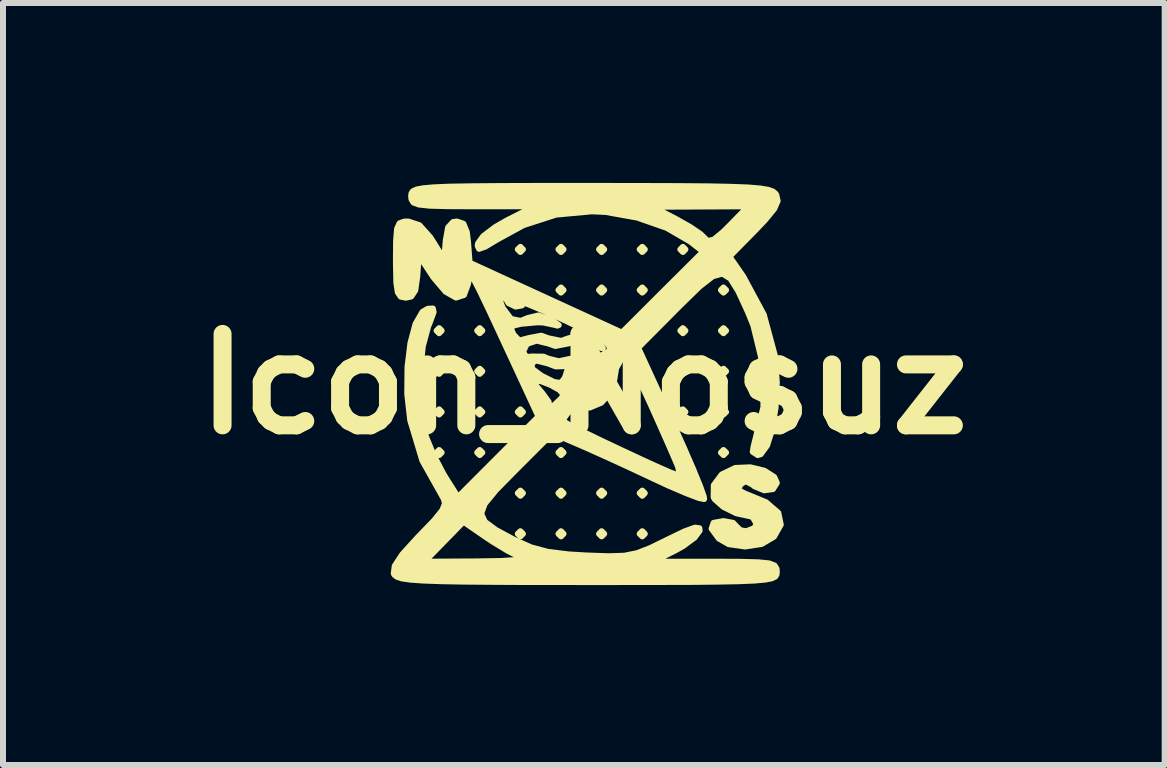
<source format=kicad_pcb>
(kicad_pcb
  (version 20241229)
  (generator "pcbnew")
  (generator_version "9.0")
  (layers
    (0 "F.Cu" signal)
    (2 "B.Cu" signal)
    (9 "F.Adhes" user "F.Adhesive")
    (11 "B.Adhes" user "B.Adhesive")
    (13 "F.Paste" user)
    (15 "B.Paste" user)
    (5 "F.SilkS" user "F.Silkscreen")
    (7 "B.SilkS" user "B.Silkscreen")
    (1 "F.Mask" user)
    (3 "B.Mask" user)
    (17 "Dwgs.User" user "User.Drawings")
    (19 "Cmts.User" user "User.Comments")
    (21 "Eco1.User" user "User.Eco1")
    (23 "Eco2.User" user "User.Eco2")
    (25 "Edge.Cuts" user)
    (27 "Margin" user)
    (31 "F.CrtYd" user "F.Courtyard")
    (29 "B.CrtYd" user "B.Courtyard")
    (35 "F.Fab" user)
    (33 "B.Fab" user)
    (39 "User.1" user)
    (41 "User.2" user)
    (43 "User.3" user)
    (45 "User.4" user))
  (footprint "Icon_Nosuz"
    (layer "F.Cu")
    (at 6.684 3.352)
    (property "Reference" "Icon_Nosuz" (at 0 0 0) (layer "F.SilkS") (effects (font (size 1.524 1.524) (thickness 0.3))))
    (attr through_hole)
    (fp_poly (pts (xy -2.371 -0.889) (xy -2.413 -0.847) (xy -2.455 -0.889) (xy -2.413 -0.931) (xy -2.371 -0.889)) (stroke (width 0.1) (type solid)) (fill yes) (layer "F.SilkS"))
    (fp_poly (pts (xy -2.371 -0.212) (xy -2.413 -0.169) (xy -2.455 -0.212) (xy -2.413 -0.254) (xy -2.371 -0.212)) (stroke (width 0.1) (type solid)) (fill yes) (layer "F.SilkS"))
    (fp_poly (pts (xy -2.371 0.466) (xy -2.413 0.508) (xy -2.455 0.466) (xy -2.413 0.423) (xy -2.371 0.466)) (stroke (width 0.1) (type solid)) (fill yes) (layer "F.SilkS"))
    (fp_poly (pts (xy -2.371 1.143) (xy -2.413 1.185) (xy -2.455 1.143) (xy -2.413 1.101) (xy -2.371 1.143)) (stroke (width 0.1) (type solid)) (fill yes) (layer "F.SilkS"))
    (fp_poly (pts (xy -1.693 -0.889) (xy -1.736 -0.847) (xy -1.778 -0.889) (xy -1.736 -0.931) (xy -1.693 -0.889)) (stroke (width 0.1) (type solid)) (fill yes) (layer "F.SilkS"))
    (fp_poly (pts (xy -1.693 -0.212) (xy -1.736 -0.169) (xy -1.778 -0.212) (xy -1.736 -0.254) (xy -1.693 -0.212)) (stroke (width 0.1) (type solid)) (fill yes) (layer "F.SilkS"))
    (fp_poly (pts (xy -1.693 0.466) (xy -1.736 0.508) (xy -1.778 0.466) (xy -1.736 0.423) (xy -1.693 0.466)) (stroke (width 0.1) (type solid)) (fill yes) (layer "F.SilkS"))
    (fp_poly (pts (xy -1.693 1.143) (xy -1.736 1.185) (xy -1.778 1.143) (xy -1.736 1.101) (xy -1.693 1.143)) (stroke (width 0.1) (type solid)) (fill yes) (layer "F.SilkS"))
    (fp_poly (pts (xy -1.016 -2.244) (xy -1.058 -2.201) (xy -1.101 -2.244) (xy -1.058 -2.286) (xy -1.016 -2.244)) (stroke (width 0.1) (type solid)) (fill yes) (layer "F.SilkS"))
    (fp_poly (pts (xy -1.016 0.466) (xy -1.058 0.508) (xy -1.101 0.466) (xy -1.058 0.423) (xy -1.016 0.466)) (stroke (width 0.1) (type solid)) (fill yes) (layer "F.SilkS"))
    (fp_poly (pts (xy -1.016 1.82) (xy -1.058 1.863) (xy -1.101 1.82) (xy -1.058 1.778) (xy -1.016 1.82)) (stroke (width 0.1) (type solid)) (fill yes) (layer "F.SilkS"))
    (fp_poly (pts (xy -1.016 2.498) (xy -1.058 2.54) (xy -1.101 2.498) (xy -1.058 2.455) (xy -1.016 2.498)) (stroke (width 0.1) (type solid)) (fill yes) (layer "F.SilkS"))
    (fp_poly (pts (xy -0.339 -2.244) (xy -0.381 -2.201) (xy -0.423 -2.244) (xy -0.381 -2.286) (xy -0.339 -2.244)) (stroke (width 0.1) (type solid)) (fill yes) (layer "F.SilkS"))
    (fp_poly (pts (xy -0.339 -1.566) (xy -0.381 -1.524) (xy -0.423 -1.566) (xy -0.381 -1.609) (xy -0.339 -1.566)) (stroke (width 0.1) (type solid)) (fill yes) (layer "F.SilkS"))
    (fp_poly (pts (xy -0.339 1.143) (xy -0.381 1.185) (xy -0.423 1.143) (xy -0.381 1.101) (xy -0.339 1.143)) (stroke (width 0.1) (type solid)) (fill yes) (layer "F.SilkS"))
    (fp_poly (pts (xy -0.339 1.82) (xy -0.381 1.863) (xy -0.423 1.82) (xy -0.381 1.778) (xy -0.339 1.82)) (stroke (width 0.1) (type solid)) (fill yes) (layer "F.SilkS"))
    (fp_poly (pts (xy -0.339 2.498) (xy -0.381 2.54) (xy -0.423 2.498) (xy -0.381 2.455) (xy -0.339 2.498)) (stroke (width 0.1) (type solid)) (fill yes) (layer "F.SilkS"))
    (fp_poly (pts (xy 0.339 -2.244) (xy 0.296 -2.201) (xy 0.254 -2.244) (xy 0.296 -2.286) (xy 0.339 -2.244)) (stroke (width 0.1) (type solid)) (fill yes) (layer "F.SilkS"))
    (fp_poly (pts (xy 0.339 -1.566) (xy 0.296 -1.524) (xy 0.254 -1.566) (xy 0.296 -1.609) (xy 0.339 -1.566)) (stroke (width 0.1) (type solid)) (fill yes) (layer "F.SilkS"))
    (fp_poly (pts (xy 0.339 1.82) (xy 0.296 1.863) (xy 0.254 1.82) (xy 0.296 1.778) (xy 0.339 1.82)) (stroke (width 0.1) (type solid)) (fill yes) (layer "F.SilkS"))
    (fp_poly (pts (xy 0.339 2.498) (xy 0.296 2.54) (xy 0.254 2.498) (xy 0.296 2.455) (xy 0.339 2.498)) (stroke (width 0.1) (type solid)) (fill yes) (layer "F.SilkS"))
    (fp_poly (pts (xy 1.016 -2.244) (xy 0.974 -2.201) (xy 0.931 -2.244) (xy 0.974 -2.286) (xy 1.016 -2.244)) (stroke (width 0.1) (type solid)) (fill yes) (layer "F.SilkS"))
    (fp_poly (pts (xy 1.016 -1.566) (xy 0.974 -1.524) (xy 0.931 -1.566) (xy 0.974 -1.609) (xy 1.016 -1.566)) (stroke (width 0.1) (type solid)) (fill yes) (layer "F.SilkS"))
    (fp_poly (pts (xy 1.016 1.82) (xy 0.974 1.863) (xy 0.931 1.82) (xy 0.974 1.778) (xy 1.016 1.82)) (stroke (width 0.1) (type solid)) (fill yes) (layer "F.SilkS"))
    (fp_poly (pts (xy 1.016 2.498) (xy 0.974 2.54) (xy 0.931 2.498) (xy 0.974 2.455) (xy 1.016 2.498)) (stroke (width 0.1) (type solid)) (fill yes) (layer "F.SilkS"))
    (fp_poly (pts (xy 1.693 -2.244) (xy 1.651 -2.201) (xy 1.609 -2.244) (xy 1.651 -2.286) (xy 1.693 -2.244)) (stroke (width 0.1) (type solid)) (fill yes) (layer "F.SilkS"))
    (fp_poly (pts (xy 1.693 -0.889) (xy 1.651 -0.847) (xy 1.609 -0.889) (xy 1.651 -0.931) (xy 1.693 -0.889)) (stroke (width 0.1) (type solid)) (fill yes) (layer "F.SilkS"))
    (fp_poly (pts (xy 1.693 -0.212) (xy 1.651 -0.169) (xy 1.609 -0.212) (xy 1.651 -0.254) (xy 1.693 -0.212)) (stroke (width 0.1) (type solid)) (fill yes) (layer "F.SilkS"))
    (fp_poly (pts (xy 1.693 0.466) (xy 1.651 0.508) (xy 1.609 0.466) (xy 1.651 0.423) (xy 1.693 0.466)) (stroke (width 0.1) (type solid)) (fill yes) (layer "F.SilkS"))
    (fp_poly (pts (xy 2.371 -1.566) (xy 2.328 -1.524) (xy 2.286 -1.566) (xy 2.328 -1.609) (xy 2.371 -1.566)) (stroke (width 0.1) (type solid)) (fill yes) (layer "F.SilkS"))
    (fp_poly (pts (xy 2.371 -0.889) (xy 2.328 -0.847) (xy 2.286 -0.889) (xy 2.328 -0.931) (xy 2.371 -0.889)) (stroke (width 0.1) (type solid)) (fill yes) (layer "F.SilkS"))
    (fp_poly (pts (xy 2.371 -0.212) (xy 2.328 -0.169) (xy 2.286 -0.212) (xy 2.328 -0.254) (xy 2.371 -0.212)) (stroke (width 0.1) (type solid)) (fill yes) (layer "F.SilkS"))
    (fp_poly (pts (xy 2.371 0.466) (xy 2.328 0.508) (xy 2.286 0.466) (xy 2.328 0.423) (xy 2.371 0.466)) (stroke (width 0.1) (type solid)) (fill yes) (layer "F.SilkS"))
    (fp_poly (pts (xy 2.371 1.143) (xy 2.328 1.185) (xy 2.286 1.143) (xy 2.328 1.101) (xy 2.371 1.143)) (stroke (width 0.1) (type solid)) (fill yes) (layer "F.SilkS"))
    (fp_poly (pts (xy 3.283 2.345) (xy 3.169 2.546) (xy 2.964 2.667) (xy 2.687 2.709) (xy 2.415 2.67) (xy 2.25 2.576) (xy 2.13 2.412) (xy 2.164 2.315) (xy 2.328 2.286) (xy 2.487 2.315) (xy 2.54 2.371) (xy 2.611 2.439) (xy 2.709 2.455) (xy 2.847 2.402) (xy 2.879 2.328) (xy 2.813 2.216) (xy 2.756 2.201) (xy 2.544 2.156) (xy 2.326 2.048) (xy 2.18 1.918) (xy 2.164 1.887) (xy 2.167 1.687) (xy 2.3 1.508) (xy 2.525 1.4) (xy 2.775 1.389) (xy 3.01 1.446) (xy 3.174 1.551) (xy 3.217 1.649) (xy 3.153 1.752) (xy 3.007 1.772) (xy 2.844 1.705) (xy 2.811 1.676) (xy 2.694 1.619) (xy 2.611 1.674) (xy 2.568 1.763) (xy 2.674 1.822) (xy 3.038 1.972) (xy 3.242 2.148) (xy 3.283 2.345)) (stroke (width 0.1) (type solid)) (fill yes) (layer "F.SilkS"))
    (fp_poly (pts (xy 3.231 -3.052) (xy 3.175 -2.923) (xy 3.021 -2.734) (xy 2.86 -2.565) (xy 2.743 -2.446) (xy 2.743 -2.963) (xy 1.943 -2.959) (xy 1.143 -2.955) (xy 1.539 -2.749) (xy 1.774 -2.616) (xy 1.942 -2.502) (xy 1.989 -2.457) (xy 2.064 -2.384) (xy 2.166 -2.406) (xy 2.325 -2.537) (xy 2.455 -2.667) (xy 2.743 -2.963) (xy 2.743 -2.446) (xy 2.427 -2.125) (xy 2.657 -1.793) (xy 3 -1.156) (xy 3.185 -0.472) (xy 3.217 -0.03) (xy 3.196 0.396) (xy 3.139 0.758) (xy 3.054 1.026) (xy 2.949 1.17) (xy 2.899 1.185) (xy 2.816 1.131) (xy 2.83 1.044) (xy 2.994 0.386) (xy 2.993 -0.292) (xy 2.826 -0.977) (xy 2.735 -1.202) (xy 2.576 -1.546) (xy 2.444 -1.758) (xy 2.311 -1.841) (xy 2.15 -1.797) (xy 1.931 -1.627) (xy 1.628 -1.332) (xy 1.57 -1.274) (xy 0.905 -0.605) (xy 1.475 0.636) (xy 1.665 1.057) (xy 1.823 1.421) (xy 1.938 1.703) (xy 1.999 1.876) (xy 2.005 1.918) (xy 1.917 1.9) (xy 1.711 1.822) (xy 1.589 1.77) (xy 1.589 1.459) (xy 1.57 1.376) (xy 1.513 1.241) (xy 1.404 0.99) (xy 1.258 0.661) (xy 1.124 0.361) (xy 0.946 -0.023) (xy 0.818 -0.269) (xy 0.724 -0.398) (xy 0.654 -0.429) (xy 0.621 -0.412) (xy 0.538 -0.263) (xy 0.508 -0.076) (xy 0.445 0.14) (xy 0.439 0.147) (xy 0.439 -0.61) (xy 0.379 -0.688) (xy 0.218 -0.793) (xy -0.065 -0.94) (xy -0.302 -1.055) (xy -0.641 -1.21) (xy -0.92 -1.327) (xy -1.107 -1.393) (xy -1.168 -1.4) (xy -1.146 -1.359) (xy -1.101 -1.355) (xy -1.024 -1.33) (xy -1.032 -1.31) (xy -1.137 -1.291) (xy -1.255 -1.348) (xy -1.307 -1.437) (xy -1.299 -1.461) (xy -1.298 -1.51) (xy -1.342 -1.49) (xy -1.396 -1.383) (xy -1.354 -1.27) (xy -1.214 -1.084) (xy -1.053 -1.052) (xy -0.933 -1.1) (xy -0.758 -1.143) (xy -0.555 -1.07) (xy -0.529 -1.056) (xy -0.419 -0.982) (xy -0.442 -0.973) (xy -0.466 -0.981) (xy -0.679 -1.026) (xy -0.783 -1.028) (xy -1.051 -1.003) (xy -1.184 -0.972) (xy -1.214 -0.919) (xy -1.175 -0.827) (xy -1.078 -0.724) (xy -0.933 -0.761) (xy -0.928 -0.764) (xy -0.71 -0.805) (xy -0.593 -0.762) (xy -0.376 -0.718) (xy -0.254 -0.762) (xy -0.072 -0.805) (xy 0.145 -0.727) (xy 0.148 -0.726) (xy 0.288 -0.639) (xy 0.317 -0.597) (xy 0.312 -0.596) (xy 0.188 -0.63) (xy 0.079 -0.68) (xy -0.14 -0.72) (xy -0.254 -0.677) (xy -0.476 -0.634) (xy -0.587 -0.674) (xy -0.787 -0.723) (xy -0.95 -0.669) (xy -1.016 -0.536) (xy -0.958 -0.449) (xy -0.868 -0.458) (xy -0.673 -0.456) (xy -0.593 -0.422) (xy -0.417 -0.379) (xy -0.339 -0.396) (xy -0.166 -0.432) (xy 0.054 -0.438) (xy 0.272 -0.464) (xy 0.418 -0.544) (xy 0.439 -0.61) (xy 0.439 0.147) (xy 0.29 0.312) (xy 0.096 0.393) (xy -0.017 0.379) (xy -0.138 0.393) (xy -0.258 0.472) (xy -0.258 -0.291) (xy -0.293 -0.32) (xy -0.337 -0.297) (xy -0.468 -0.293) (xy -0.6 -0.343) (xy -0.792 -0.392) (xy -0.865 -0.354) (xy -0.868 -0.257) (xy -0.708 -0.138) (xy -0.499 -0.034) (xy -0.387 -0.016) (xy -0.326 -0.086) (xy -0.305 -0.134) (xy -0.258 -0.291) (xy -0.258 0.472) (xy -0.265 0.477) (xy -0.338 0.58) (xy -0.327 0.633) (xy -0.235 0.686) (xy -0.026 0.791) (xy 0.261 0.931) (xy 0.589 1.086) (xy 0.92 1.241) (xy 1.215 1.376) (xy 1.438 1.474) (xy 1.551 1.517) (xy 1.554 1.517) (xy 1.589 1.459) (xy 1.589 1.77) (xy 1.419 1.697) (xy 1.173 1.583) (xy 0.779 1.398) (xy 0.385 1.217) (xy 0.053 1.068) (xy -0.071 1.014) (xy -0.339 0.899) (xy -0.339 0.173) (xy -0.406 0.098) (xy -0.559 0.013) (xy -0.723 -0.05) (xy -0.822 -0.053) (xy -0.822 -0.053) (xy -0.798 0.027) (xy -0.691 0.155) (xy -0.587 0.298) (xy -0.579 0.392) (xy -0.569 0.404) (xy -0.487 0.347) (xy -0.368 0.232) (xy -0.339 0.173) (xy -0.339 0.899) (xy -0.522 0.82) (xy -1.165 1.463) (xy -1.47 1.774) (xy -1.653 1.998) (xy -1.713 2.163) (xy -1.65 2.298) (xy -1.464 2.435) (xy -1.155 2.601) (xy -1.148 2.604) (xy -0.88 2.724) (xy -0.6 2.799) (xy -0.249 2.842) (xy 0.042 2.859) (xy 0.415 2.872) (xy 0.678 2.863) (xy 0.891 2.82) (xy 1.115 2.732) (xy 1.38 2.602) (xy 1.678 2.458) (xy 1.853 2.395) (xy 1.926 2.405) (xy 1.93 2.446) (xy 1.845 2.561) (xy 1.655 2.701) (xy 1.527 2.773) (xy 1.149 2.963) (xy 2.183 2.963) (xy 2.617 2.965) (xy 2.908 2.973) (xy 3.087 2.991) (xy 3.179 3.026) (xy 3.213 3.08) (xy 3.217 3.133) (xy 3.213 3.176) (xy 3.19 3.212) (xy 3.131 3.24) (xy 3.022 3.261) (xy 2.845 3.277) (xy 2.586 3.288) (xy 2.227 3.295) (xy 1.754 3.3) (xy 1.149 3.301) (xy 0.398 3.302) (xy 0.051 3.302) (xy -0.768 3.301) (xy -1.043 3.301) (xy -1.043 2.908) (xy -1.084 2.874) (xy -1.268 2.781) (xy -1.515 2.631) (xy -1.643 2.546) (xy -2.007 2.295) (xy -2.333 2.629) (xy -2.659 2.963) (xy -1.774 2.958) (xy -1.374 2.951) (xy -1.133 2.935) (xy -1.043 2.908) (xy -1.043 3.301) (xy -1.435 3.299) (xy -1.964 3.295) (xy -2.372 3.288) (xy -2.675 3.277) (xy -2.889 3.262) (xy -3.03 3.242) (xy -3.113 3.215) (xy -3.156 3.183) (xy -3.169 3.16) (xy -3.153 3.034) (xy -3.025 2.839) (xy -2.772 2.561) (xy -2.735 2.523) (xy -2.494 2.273) (xy -2.36 2.106) (xy -2.314 1.994) (xy -2.338 1.905) (xy -2.353 1.882) (xy -2.692 1.278) (xy -2.895 0.603) (xy -2.944 0.169) (xy -2.94 -0.284) (xy -2.891 -0.684) (xy -2.806 -1.001) (xy -2.691 -1.201) (xy -2.602 -1.254) (xy -2.517 -1.258) (xy -2.505 -1.199) (xy -2.564 -1.036) (xy -2.596 -0.958) (xy -2.685 -0.628) (xy -2.73 -0.2) (xy -2.729 0.257) (xy -2.682 0.676) (xy -2.628 0.889) (xy -2.505 1.187) (xy -2.343 1.497) (xy -2.307 1.557) (xy -2.099 1.887) (xy -1.428 1.215) (xy -0.756 0.543) (xy -1.147 -0.3) (xy -1.398 -0.84) (xy -1.439 -0.929) (xy -1.439 -1.566) (xy -1.482 -1.609) (xy -1.524 -1.566) (xy -1.482 -1.524) (xy -1.439 -1.566) (xy -1.439 -0.929) (xy -1.586 -1.243) (xy -1.721 -1.526) (xy -1.812 -1.705) (xy -1.869 -1.796) (xy -1.9 -1.816) (xy -1.916 -1.781) (xy -1.926 -1.708) (xy -1.93 -1.672) (xy -1.999 -1.484) (xy -2.131 -1.441) (xy -2.305 -1.539) (xy -2.504 -1.774) (xy -2.518 -1.794) (xy -2.752 -2.149) (xy -2.778 -1.794) (xy -2.81 -1.563) (xy -2.878 -1.459) (xy -2.968 -1.439) (xy -3.052 -1.456) (xy -3.102 -1.528) (xy -3.126 -1.69) (xy -3.132 -1.978) (xy -3.133 -2.074) (xy -3.13 -2.397) (xy -3.114 -2.587) (xy -3.073 -2.678) (xy -2.996 -2.707) (xy -2.928 -2.709) (xy -2.741 -2.647) (xy -2.56 -2.445) (xy -2.526 -2.392) (xy -2.328 -2.074) (xy -2.302 -2.392) (xy -2.263 -2.61) (xy -2.18 -2.7) (xy -2.116 -2.709) (xy -2.008 -2.672) (xy -1.951 -2.532) (xy -1.931 -2.366) (xy -1.905 -2.022) (xy -0.635 -1.439) (xy 0.635 -0.856) (xy 1.312 -1.532) (xy 1.99 -2.207) (xy 1.778 -2.373) (xy 1.384 -2.602) (xy 0.892 -2.774) (xy 0.367 -2.868) (xy 0.134 -2.879) (xy -0.464 -2.824) (xy -1.008 -2.648) (xy -1.437 -2.414) (xy -1.646 -2.289) (xy -1.747 -2.254) (xy -1.77 -2.303) (xy -1.764 -2.344) (xy -1.676 -2.465) (xy -1.475 -2.617) (xy -1.276 -2.731) (xy -0.816 -2.963) (xy -1.847 -2.963) (xy -2.28 -2.965) (xy -2.571 -2.973) (xy -2.749 -2.992) (xy -2.841 -3.026) (xy -2.874 -3.08) (xy -2.879 -3.133) (xy -2.874 -3.177) (xy -2.85 -3.213) (xy -2.79 -3.242) (xy -2.677 -3.263) (xy -2.495 -3.279) (xy -2.228 -3.29) (xy -1.859 -3.296) (xy -1.372 -3.3) (xy -0.751 -3.302) (xy 0.022 -3.302) (xy 0.123 -3.302) (xy 0.918 -3.301) (xy 1.561 -3.299) (xy 2.068 -3.295) (xy 2.456 -3.287) (xy 2.742 -3.276) (xy 2.942 -3.259) (xy 3.073 -3.237) (xy 3.152 -3.209) (xy 3.195 -3.173) (xy 3.208 -3.154) (xy 3.231 -3.052)) (stroke (width 0.1) (type solid)) (fill yes) (layer "F.SilkS")))
  (gr_rect
    (start -3 -3)
    (end 16.368 9.704)
    (stroke (width 0.1) (type default))
    (fill no)
    (layer "Edge.Cuts")))
</source>
